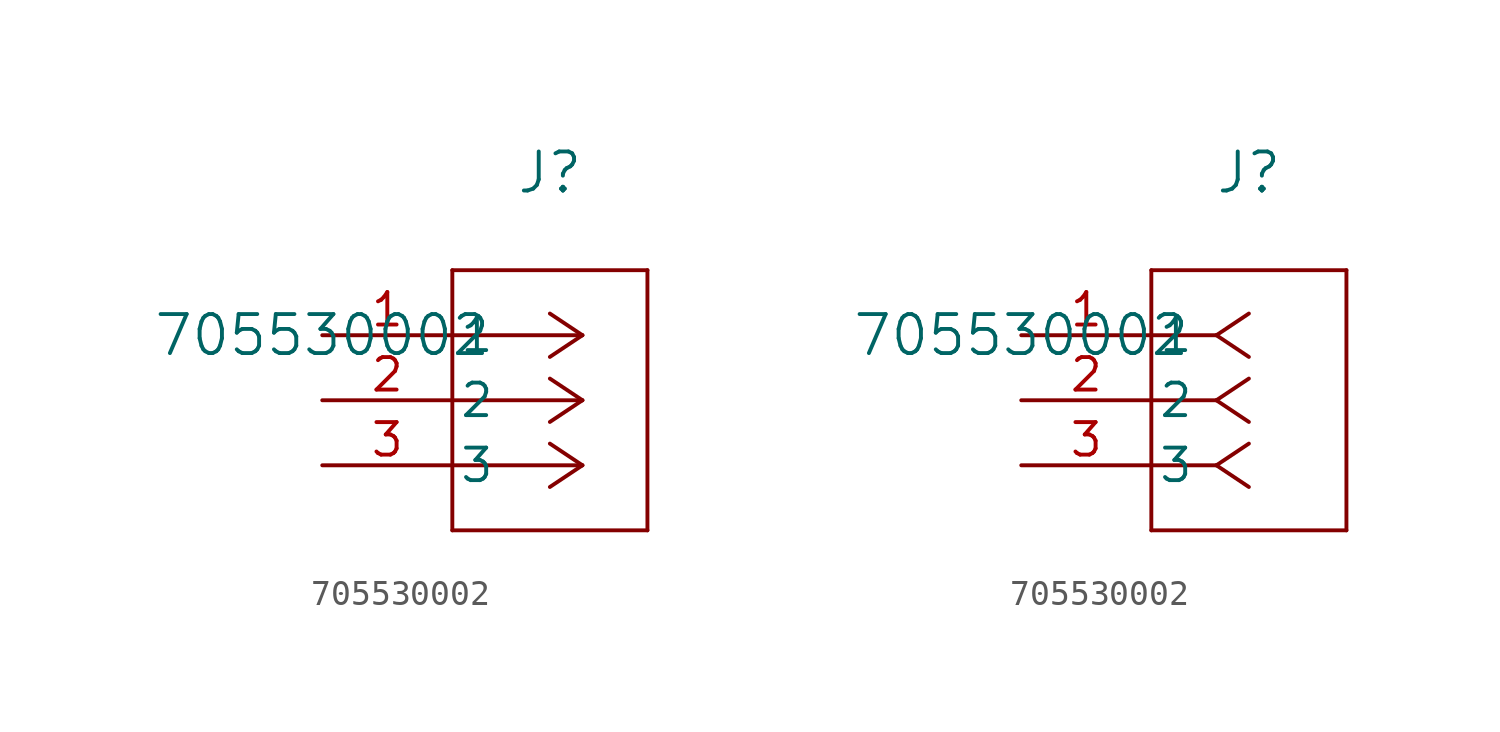
<source format=kicad_sym>
(kicad_symbol_lib
  (version 20211014)
  (generator kicad_symbol_editor)
  (symbol "705530002"
    (pin_names
      (offset 0.254))
    (property "Reference" "J"
      (at 8.89 6.35 0)
      (effects (font (size 1.524 1.524))))
    (property "Value" "705530002"
      (at 0 0 0)
      (effects (font (size 1.524 1.524))))
    (symbol "705530002_1_1"
      (polyline (pts (xy 10.16 0) (xy 5.08 0)) (stroke (width 0.152) (type default) (color 0 0 0 0)) (fill (type none)))
      (polyline (pts (xy 10.16 -2.54) (xy 5.08 -2.54)) (stroke (width 0.152) (type default) (color 0 0 0 0)) (fill (type none)))
      (polyline (pts (xy 10.16 -5.08) (xy 5.08 -5.08)) (stroke (width 0.152) (type default) (color 0 0 0 0)) (fill (type none)))
      (polyline (pts (xy 10.16 0) (xy 8.89 0.847)) (stroke (width 0.152) (type default) (color 0 0 0 0)) (fill (type none)))
      (polyline (pts (xy 10.16 -2.54) (xy 8.89 -1.693)) (stroke (width 0.152) (type default) (color 0 0 0 0)) (fill (type none)))
      (polyline (pts (xy 10.16 -5.08) (xy 8.89 -4.233)) (stroke (width 0.152) (type default) (color 0 0 0 0)) (fill (type none)))
      (polyline (pts (xy 10.16 0) (xy 8.89 -0.847)) (stroke (width 0.152) (type default) (color 0 0 0 0)) (fill (type none)))
      (polyline (pts (xy 10.16 -2.54) (xy 8.89 -3.387)) (stroke (width 0.152) (type default) (color 0 0 0 0)) (fill (type none)))
      (polyline (pts (xy 10.16 -5.08) (xy 8.89 -5.927)) (stroke (width 0.152) (type default) (color 0 0 0 0)) (fill (type none)))
      (polyline (pts (xy 5.08 2.54) (xy 5.08 -7.62)) (stroke (width 0.152) (type default) (color 0 0 0 0)) (fill (type none)))
      (polyline (pts (xy 5.08 -7.62) (xy 12.7 -7.62)) (stroke (width 0.152) (type default) (color 0 0 0 0)) (fill (type none)))
      (polyline (pts (xy 12.7 -7.62) (xy 12.7 2.54)) (stroke (width 0.152) (type default) (color 0 0 0 0)) (fill (type none)))
      (polyline (pts (xy 12.7 2.54) (xy 5.08 2.54)) (stroke (width 0.152) (type default) (color 0 0 0 0)) (fill (type none)))
      (pin unspecified line (at 0 0 0) (length 5.08) (name "1" (effects (font (size 1.27 1.27)))) (number "1" (effects (font (size 1.27 1.27)))))
      (pin unspecified line (at 0 -2.54 0) (length 5.08) (name "2" (effects (font (size 1.27 1.27)))) (number "2" (effects (font (size 1.27 1.27)))))
      (pin unspecified line (at 0 -5.08 0) (length 5.08) (name "3" (effects (font (size 1.27 1.27)))) (number "3" (effects (font (size 1.27 1.27))))))
    (symbol "705530002_1_2"
      (polyline (pts (xy 7.62 0) (xy 5.08 0)) (stroke (width 0.152) (type default) (color 0 0 0 0)) (fill (type none)))
      (polyline (pts (xy 7.62 -2.54) (xy 5.08 -2.54)) (stroke (width 0.152) (type default) (color 0 0 0 0)) (fill (type none)))
      (polyline (pts (xy 7.62 -5.08) (xy 5.08 -5.08)) (stroke (width 0.152) (type default) (color 0 0 0 0)) (fill (type none)))
      (polyline (pts (xy 7.62 0) (xy 8.89 0.847)) (stroke (width 0.152) (type default) (color 0 0 0 0)) (fill (type none)))
      (polyline (pts (xy 7.62 -2.54) (xy 8.89 -1.693)) (stroke (width 0.152) (type default) (color 0 0 0 0)) (fill (type none)))
      (polyline (pts (xy 7.62 -5.08) (xy 8.89 -4.233)) (stroke (width 0.152) (type default) (color 0 0 0 0)) (fill (type none)))
      (polyline (pts (xy 7.62 0) (xy 8.89 -0.847)) (stroke (width 0.152) (type default) (color 0 0 0 0)) (fill (type none)))
      (polyline (pts (xy 7.62 -2.54) (xy 8.89 -3.387)) (stroke (width 0.152) (type default) (color 0 0 0 0)) (fill (type none)))
      (polyline (pts (xy 7.62 -5.08) (xy 8.89 -5.927)) (stroke (width 0.152) (type default) (color 0 0 0 0)) (fill (type none)))
      (polyline (pts (xy 5.08 2.54) (xy 5.08 -7.62)) (stroke (width 0.152) (type default) (color 0 0 0 0)) (fill (type none)))
      (polyline (pts (xy 5.08 -7.62) (xy 12.7 -7.62)) (stroke (width 0.152) (type default) (color 0 0 0 0)) (fill (type none)))
      (polyline (pts (xy 12.7 -7.62) (xy 12.7 2.54)) (stroke (width 0.152) (type default) (color 0 0 0 0)) (fill (type none)))
      (polyline (pts (xy 12.7 2.54) (xy 5.08 2.54)) (stroke (width 0.152) (type default) (color 0 0 0 0)) (fill (type none)))
      (pin unspecified line (at 0 0 0) (length 5.08) (name "1" (effects (font (size 1.27 1.27)))) (number "1" (effects (font (size 1.27 1.27)))))
      (pin unspecified line (at 0 -2.54 0) (length 5.08) (name "2" (effects (font (size 1.27 1.27)))) (number "2" (effects (font (size 1.27 1.27)))))
      (pin unspecified line (at 0 -5.08 0) (length 5.08) (name "3" (effects (font (size 1.27 1.27)))) (number "3" (effects (font (size 1.27 1.27))))))))
</source>
